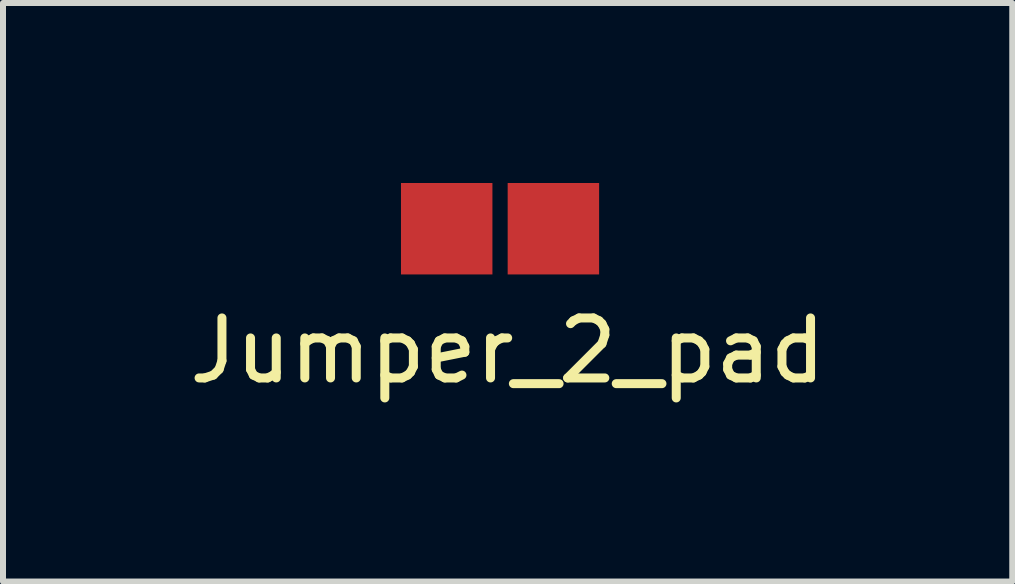
<source format=kicad_pcb>
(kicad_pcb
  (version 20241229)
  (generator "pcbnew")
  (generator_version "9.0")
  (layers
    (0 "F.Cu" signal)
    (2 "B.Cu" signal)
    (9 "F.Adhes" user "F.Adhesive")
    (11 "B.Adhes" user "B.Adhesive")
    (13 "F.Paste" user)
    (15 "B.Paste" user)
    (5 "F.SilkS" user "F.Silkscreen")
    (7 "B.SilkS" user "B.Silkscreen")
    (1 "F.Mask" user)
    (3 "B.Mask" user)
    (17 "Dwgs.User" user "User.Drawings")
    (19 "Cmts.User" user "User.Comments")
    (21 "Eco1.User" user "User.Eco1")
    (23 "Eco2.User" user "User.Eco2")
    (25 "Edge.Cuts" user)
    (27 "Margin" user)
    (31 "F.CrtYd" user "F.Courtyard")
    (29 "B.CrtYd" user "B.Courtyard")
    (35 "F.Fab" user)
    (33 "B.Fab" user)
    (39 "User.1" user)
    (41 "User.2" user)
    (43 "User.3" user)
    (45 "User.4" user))
  (footprint "Jumper_2_pad"
    (layer "F.Cu")
    (at 4.395 0.762)
    (property "Reference" "Jumper_2_pad" (at 1.016 2.032 0) (layer "F.SilkS") (effects (font (size 1 1) (thickness 0.15))))
    (attr through_hole)
    (pad "1" smd rect (at 0 0) (size 1.524 1.524) (layers "F.Cu" "F.Mask" "F.Paste"))
    (pad "2" smd rect (at 1.778 0) (size 1.524 1.524) (layers "F.Cu" "F.Mask" "F.Paste")))
  (gr_rect
    (start -3 -3)
    (end 13.821 6.642)
    (stroke (width 0.1) (type default))
    (fill no)
    (layer "Edge.Cuts")))
</source>
